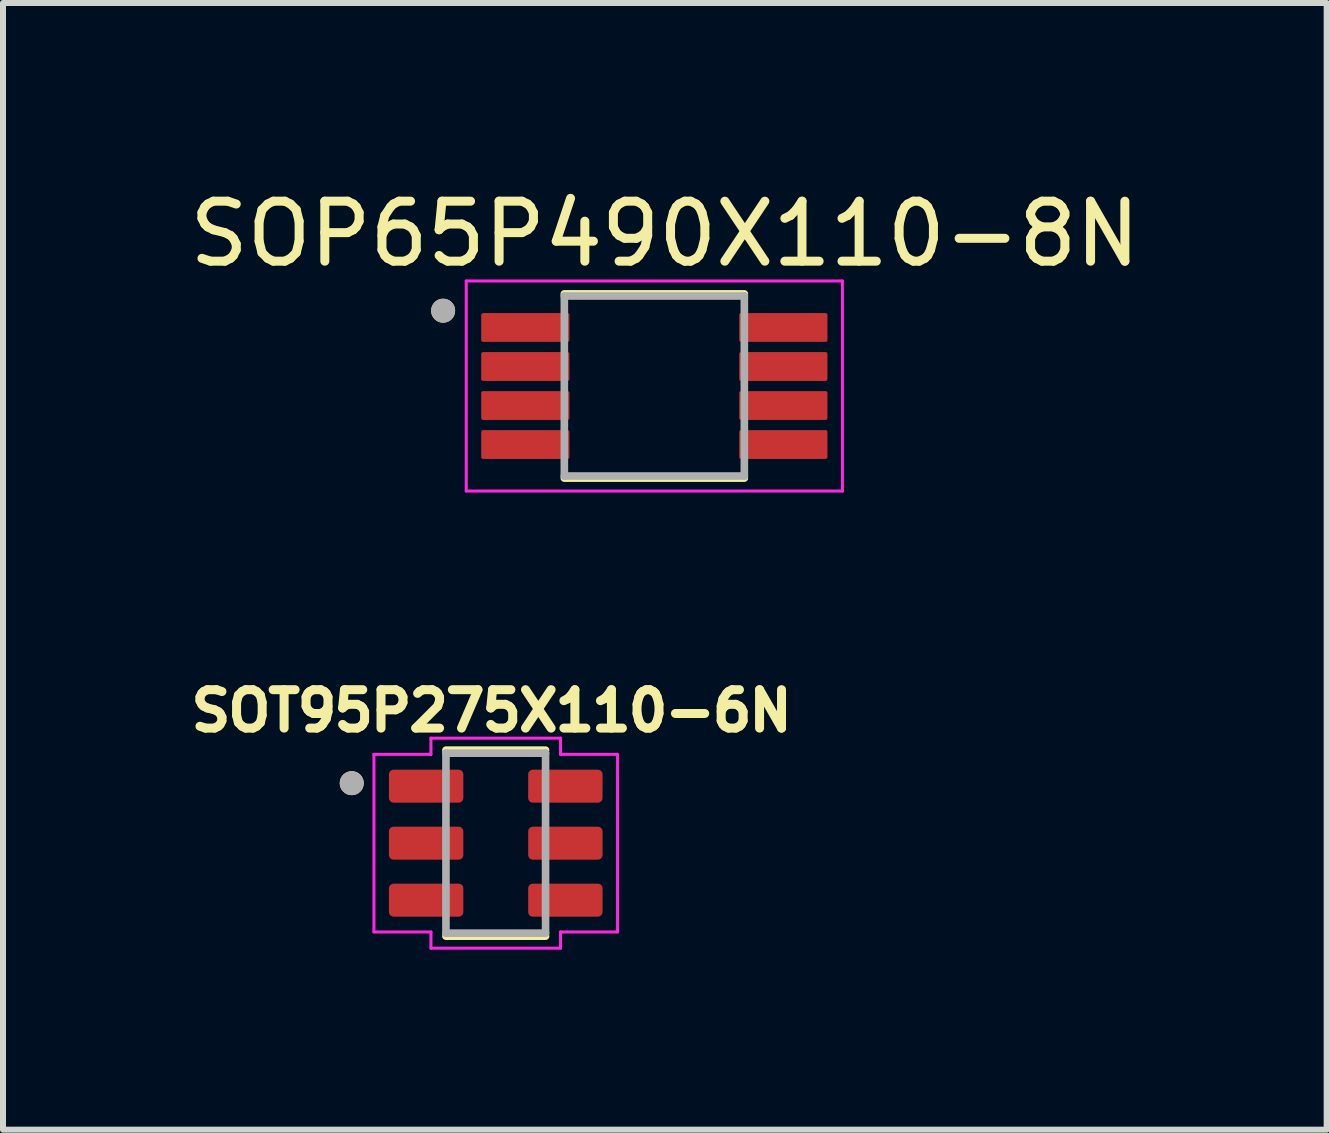
<source format=kicad_pcb>
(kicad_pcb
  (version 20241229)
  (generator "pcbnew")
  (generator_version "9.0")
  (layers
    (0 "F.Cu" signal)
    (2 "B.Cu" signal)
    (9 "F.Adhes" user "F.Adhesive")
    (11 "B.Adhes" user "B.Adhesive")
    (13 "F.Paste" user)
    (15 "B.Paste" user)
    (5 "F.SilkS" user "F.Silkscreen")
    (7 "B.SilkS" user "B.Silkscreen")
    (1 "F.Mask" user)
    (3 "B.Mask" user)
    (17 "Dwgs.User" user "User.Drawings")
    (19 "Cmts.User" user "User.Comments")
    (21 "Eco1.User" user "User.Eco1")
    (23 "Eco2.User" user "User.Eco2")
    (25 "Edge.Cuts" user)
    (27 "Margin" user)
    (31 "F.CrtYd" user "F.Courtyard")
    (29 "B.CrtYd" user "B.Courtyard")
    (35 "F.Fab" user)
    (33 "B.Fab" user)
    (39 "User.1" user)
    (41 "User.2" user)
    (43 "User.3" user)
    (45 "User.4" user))
  (footprint "SOT95P275X110-6N"
    (layer "F.Cu")
    (at 5.212 11.002)
    (property "Reference" "SOT95P275X110-6N" (at -0.068 -2.206 0) (layer "F.SilkS") (effects (font (size 0.64 0.64) (thickness 0.15))))
    (attr smd)
    (fp_line (start -0.83 -1.55) (end 0.83 -1.55) (stroke (width 0.127) (type solid)) (layer "F.SilkS"))
    (fp_line (start -0.83 1.55) (end 0.83 1.55) (stroke (width 0.127) (type solid)) (layer "F.SilkS"))
    (fp_circle (center -2.4 -1) (end -2.3 -1) (stroke (width 0.2) (type solid)) (fill no) (layer "F.SilkS"))
    (fp_line (start -2.03 -1.48) (end -1.08 -1.48) (stroke (width 0.05) (type solid)) (layer "F.CrtYd"))
    (fp_line (start -2.03 1.48) (end -2.03 -1.48) (stroke (width 0.05) (type solid)) (layer "F.CrtYd"))
    (fp_line (start -1.08 -1.75) (end 1.08 -1.75) (stroke (width 0.05) (type solid)) (layer "F.CrtYd"))
    (fp_line (start -1.08 -1.48) (end -1.08 -1.75) (stroke (width 0.05) (type solid)) (layer "F.CrtYd"))
    (fp_line (start -1.08 1.48) (end -2.03 1.48) (stroke (width 0.05) (type solid)) (layer "F.CrtYd"))
    (fp_line (start -1.08 1.75) (end -1.08 1.48) (stroke (width 0.05) (type solid)) (layer "F.CrtYd"))
    (fp_line (start 1.08 -1.75) (end 1.08 -1.48) (stroke (width 0.05) (type solid)) (layer "F.CrtYd"))
    (fp_line (start 1.08 -1.48) (end 2.03 -1.48) (stroke (width 0.05) (type solid)) (layer "F.CrtYd"))
    (fp_line (start 1.08 1.48) (end 1.08 1.75) (stroke (width 0.05) (type solid)) (layer "F.CrtYd"))
    (fp_line (start 1.08 1.75) (end -1.08 1.75) (stroke (width 0.05) (type solid)) (layer "F.CrtYd"))
    (fp_line (start 2.03 1.48) (end 1.08 1.48) (stroke (width 0.05) (type solid)) (layer "F.CrtYd"))
    (fp_line (start 2.03 1.48) (end 2.03 -1.48) (stroke (width 0.05) (type solid)) (layer "F.CrtYd"))
    (fp_line (start -0.83 -1.5) (end 0.83 -1.5) (stroke (width 0.127) (type solid)) (layer "F.Fab"))
    (fp_line (start -0.83 1.5) (end -0.83 -1.5) (stroke (width 0.127) (type solid)) (layer "F.Fab"))
    (fp_line (start 0.83 -1.5) (end 0.83 1.5) (stroke (width 0.127) (type solid)) (layer "F.Fab"))
    (fp_line (start 0.83 1.5) (end -0.83 1.5) (stroke (width 0.127) (type solid)) (layer "F.Fab"))
    (fp_circle (center -2.4 -1) (end -2.3 -1) (stroke (width 0.2) (type solid)) (fill no) (layer "F.Fab"))
    (pad "1" smd roundrect (at -1.16 -0.95) (size 1.24 0.55) (layers "F.Cu" "F.Mask" "F.Paste") (roundrect_rratio 0.14))
    (pad "2" smd roundrect (at -1.16 0) (size 1.24 0.55) (layers "F.Cu" "F.Mask" "F.Paste") (roundrect_rratio 0.14))
    (pad "3" smd roundrect (at -1.16 0.95) (size 1.24 0.55) (layers "F.Cu" "F.Mask" "F.Paste") (roundrect_rratio 0.14))
    (pad "4" smd roundrect (at 1.16 0.95) (size 1.24 0.55) (layers "F.Cu" "F.Mask" "F.Paste") (roundrect_rratio 0.14))
    (pad "5" smd roundrect (at 1.16 0) (size 1.24 0.55) (layers "F.Cu" "F.Mask" "F.Paste") (roundrect_rratio 0.14))
    (pad "6" smd roundrect (at 1.16 -0.95) (size 1.24 0.55) (layers "F.Cu" "F.Mask" "F.Paste") (roundrect_rratio 0.14)))
  (footprint "SOP65P490X110-8N"
    (layer "F.Cu")
    (at 7.855 3.383)
    (property "Reference" "SOP65P490X110-8N" (at 0.175 -2.535 0) (layer "F.SilkS") (effects (font (size 1 1) (thickness 0.15))))
    (attr smd)
    (fp_line (start -1.5 -1.535) (end 1.5 -1.535) (stroke (width 0.127) (type solid)) (layer "F.SilkS"))
    (fp_line (start -1.5 1.535) (end 1.5 1.535) (stroke (width 0.127) (type solid)) (layer "F.SilkS"))
    (fp_circle (center -3.52 -1.255) (end -3.42 -1.255) (stroke (width 0.2) (type solid)) (fill no) (layer "F.SilkS"))
    (fp_line (start -3.135 -1.75) (end -3.135 1.75) (stroke (width 0.05) (type solid)) (layer "F.CrtYd"))
    (fp_line (start -3.135 -1.75) (end 3.135 -1.75) (stroke (width 0.05) (type solid)) (layer "F.CrtYd"))
    (fp_line (start -3.135 1.75) (end 3.135 1.75) (stroke (width 0.05) (type solid)) (layer "F.CrtYd"))
    (fp_line (start 3.135 -1.75) (end 3.135 1.75) (stroke (width 0.05) (type solid)) (layer "F.CrtYd"))
    (fp_line (start -1.5 -1.5) (end -1.5 1.5) (stroke (width 0.127) (type solid)) (layer "F.Fab"))
    (fp_line (start -1.5 -1.5) (end 1.5 -1.5) (stroke (width 0.127) (type solid)) (layer "F.Fab"))
    (fp_line (start -1.5 1.5) (end 1.5 1.5) (stroke (width 0.127) (type solid)) (layer "F.Fab"))
    (fp_line (start 1.5 -1.5) (end 1.5 1.5) (stroke (width 0.127) (type solid)) (layer "F.Fab"))
    (fp_circle (center -3.52 -1.255) (end -3.42 -1.255) (stroke (width 0.2) (type solid)) (fill no) (layer "F.Fab"))
    (pad "1" smd roundrect (at -2.15 -0.975) (size 1.47 0.48) (layers "F.Cu" "F.Mask" "F.Paste") (roundrect_rratio 0.06))
    (pad "2" smd roundrect (at -2.15 -0.325) (size 1.47 0.48) (layers "F.Cu" "F.Mask" "F.Paste") (roundrect_rratio 0.06))
    (pad "3" smd roundrect (at -2.15 0.325) (size 1.47 0.48) (layers "F.Cu" "F.Mask" "F.Paste") (roundrect_rratio 0.06))
    (pad "4" smd roundrect (at -2.15 0.975) (size 1.47 0.48) (layers "F.Cu" "F.Mask" "F.Paste") (roundrect_rratio 0.06))
    (pad "5" smd roundrect (at 2.15 0.975) (size 1.47 0.48) (layers "F.Cu" "F.Mask" "F.Paste") (roundrect_rratio 0.06))
    (pad "6" smd roundrect (at 2.15 0.325) (size 1.47 0.48) (layers "F.Cu" "F.Mask" "F.Paste") (roundrect_rratio 0.06))
    (pad "7" smd roundrect (at 2.15 -0.325) (size 1.47 0.48) (layers "F.Cu" "F.Mask" "F.Paste") (roundrect_rratio 0.06))
    (pad "8" smd roundrect (at 2.15 -0.975) (size 1.47 0.48) (layers "F.Cu" "F.Mask" "F.Paste") (roundrect_rratio 0.06)))
  (gr_rect
    (start -3 -3)
    (end 19.06 15.777)
    (stroke (width 0.1) (type default))
    (fill no)
    (layer "Edge.Cuts")))
</source>
